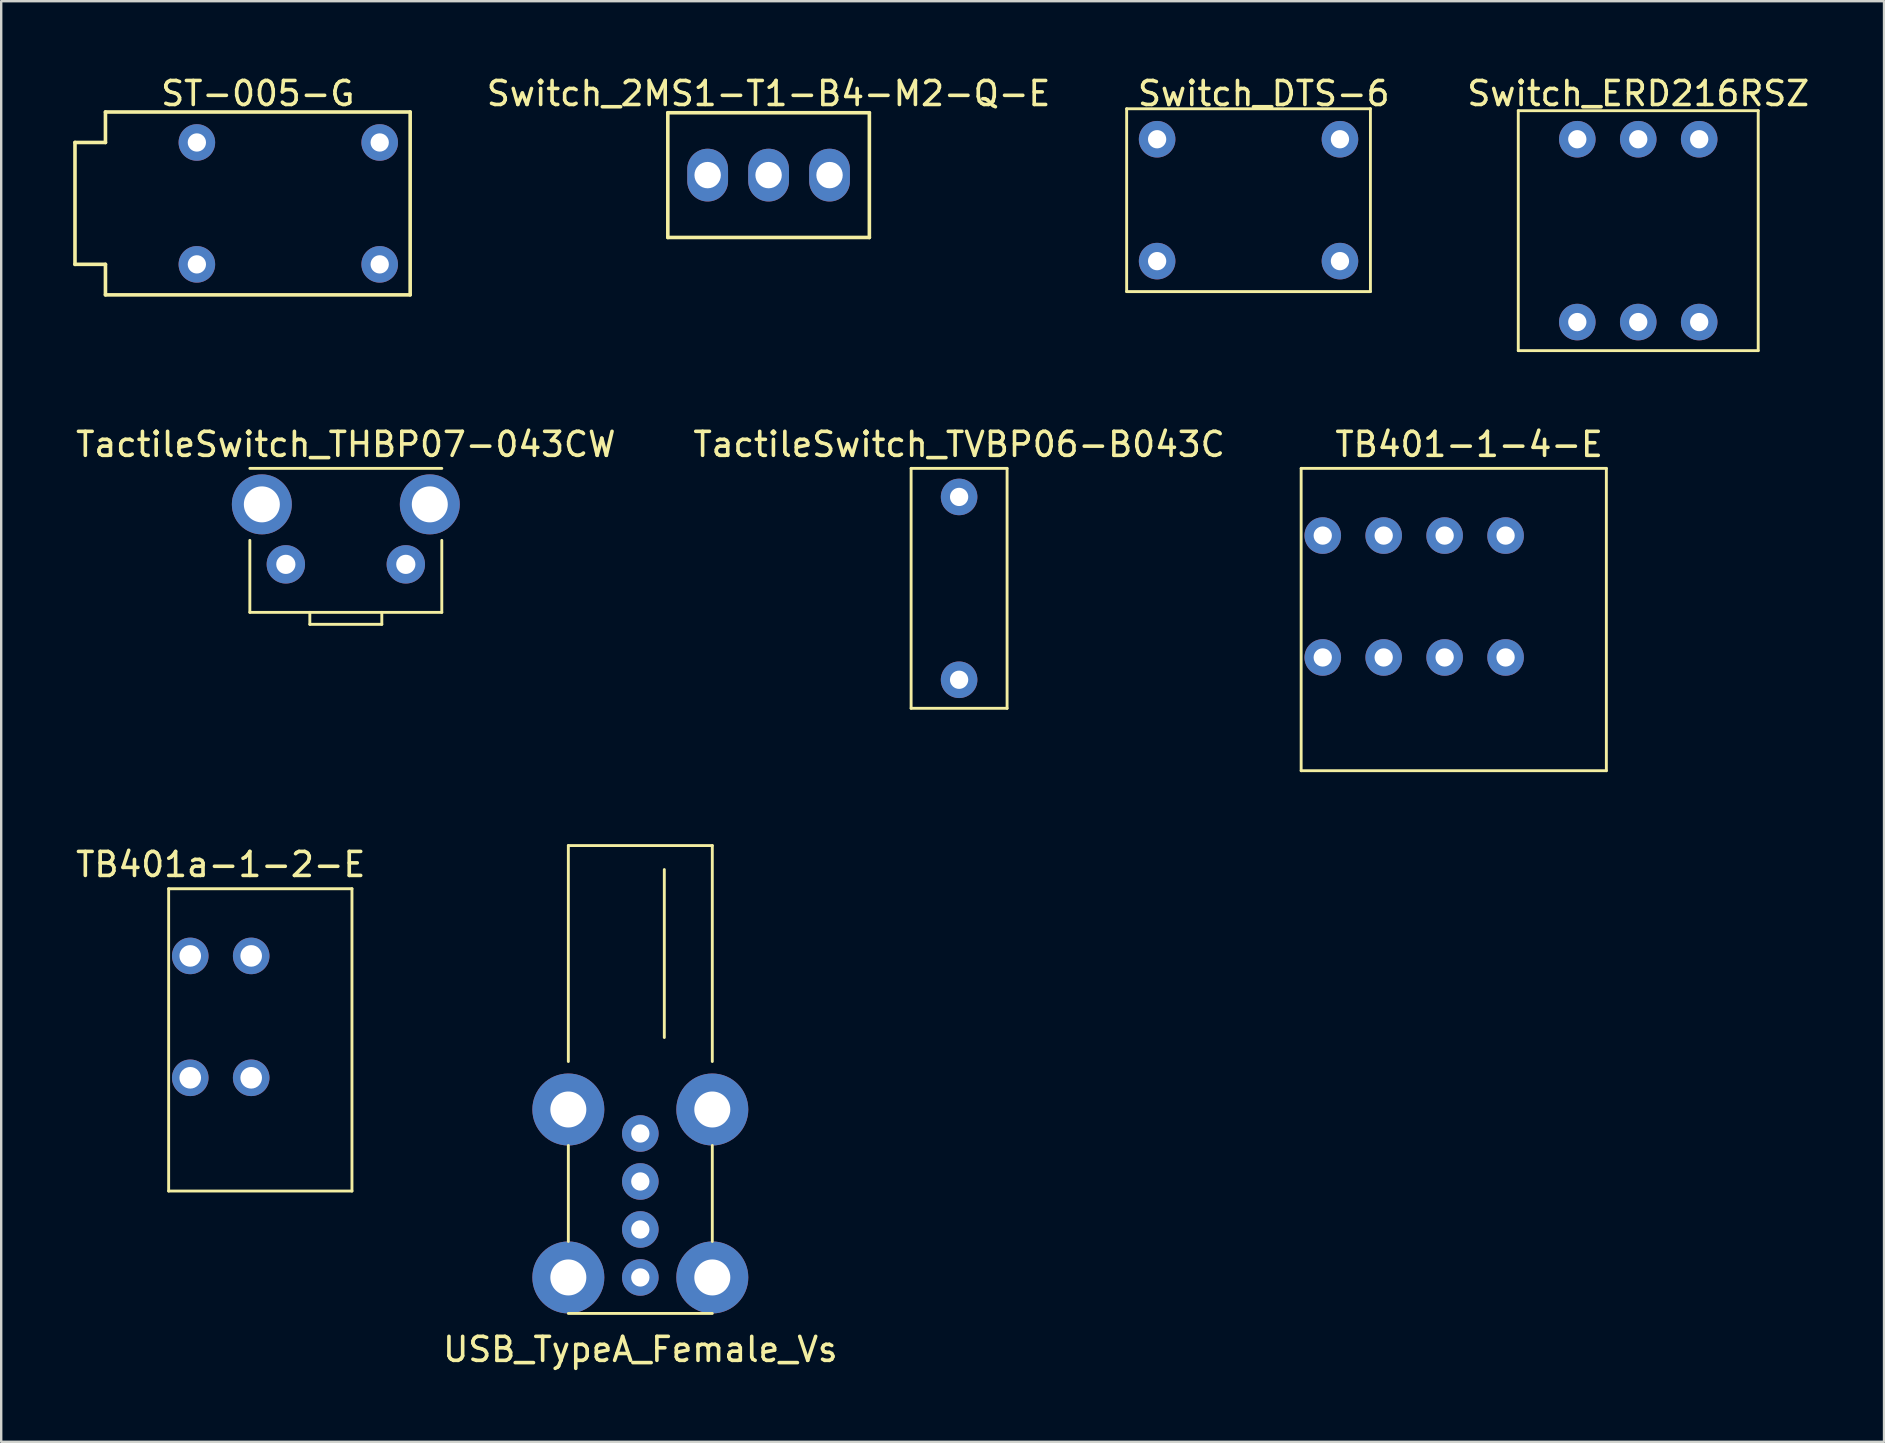
<source format=kicad_pcb>
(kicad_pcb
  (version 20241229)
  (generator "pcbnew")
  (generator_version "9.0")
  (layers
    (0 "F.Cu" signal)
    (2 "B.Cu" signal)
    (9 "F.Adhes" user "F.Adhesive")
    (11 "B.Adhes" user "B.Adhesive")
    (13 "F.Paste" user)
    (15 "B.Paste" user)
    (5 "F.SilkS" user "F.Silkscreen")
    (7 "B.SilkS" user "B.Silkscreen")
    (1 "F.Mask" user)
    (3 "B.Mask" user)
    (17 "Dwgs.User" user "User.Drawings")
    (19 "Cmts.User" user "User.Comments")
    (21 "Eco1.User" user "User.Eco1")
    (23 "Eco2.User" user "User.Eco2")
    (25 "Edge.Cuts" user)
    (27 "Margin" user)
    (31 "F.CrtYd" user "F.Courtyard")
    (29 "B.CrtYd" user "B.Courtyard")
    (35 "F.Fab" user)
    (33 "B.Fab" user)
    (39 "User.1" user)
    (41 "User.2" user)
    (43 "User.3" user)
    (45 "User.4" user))
  (footprint "Switch_DTS-6"
    (layer "F.Cu")
    (at 45.176 2.753)
    (property "Reference" "Switch_DTS-6" (at 4.445 -1.905 0) (layer "F.SilkS") (effects (font (size 1 1) (thickness 0.15))))
    (attr through_hole)
    (fp_line (start -1.27 -1.27) (end -1.27 6.35) (stroke (width 0.12) (type solid)) (layer "F.SilkS"))
    (fp_line (start -1.27 6.35) (end 8.89 6.35) (stroke (width 0.12) (type solid)) (layer "F.SilkS"))
    (fp_line (start 8.89 -1.27) (end -1.27 -1.27) (stroke (width 0.12) (type solid)) (layer "F.SilkS"))
    (fp_line (start 8.89 6.35) (end 8.89 -1.27) (stroke (width 0.12) (type solid)) (layer "F.SilkS"))
    (pad "1" thru_hole circle (at 0 0) (size 1.524 1.524) (drill 0.762) (layers "*.Cu" "*.Mask"))
    (pad "2" thru_hole circle (at 0 5.08) (size 1.524 1.524) (drill 0.762) (layers "*.Cu" "*.Mask"))
    (pad "3" thru_hole circle (at 7.62 0) (size 1.524 1.524) (drill 0.762) (layers "*.Cu" "*.Mask"))
    (pad "4" thru_hole circle (at 7.62 5.08) (size 1.524 1.524) (drill 0.762) (layers "*.Cu" "*.Mask")))
  (footprint "TB401-1-4-E"
    (layer "F.Cu")
    (at 52.079 19.271)
    (property "Reference" "TB401-1-4-E" (at 6.1 -3.8 0) (layer "F.SilkS") (effects (font (size 1 1) (thickness 0.15))))
    (attr through_hole)
    (fp_line (start -0.9 -2.8) (end -0.9 9.8) (stroke (width 0.12) (type solid)) (layer "F.SilkS"))
    (fp_line (start -0.9 -2.8) (end 11.82 -2.8) (stroke (width 0.12) (type solid)) (layer "F.SilkS"))
    (fp_line (start -0.9 9.8) (end 11.82 9.8) (stroke (width 0.12) (type solid)) (layer "F.SilkS"))
    (fp_line (start 11.82 -2.8) (end 11.82 9.8) (stroke (width 0.12) (type solid)) (layer "F.SilkS"))
    (pad "1" thru_hole circle (at 0 5.08) (size 1.524 1.524) (drill 0.762) (layers "*.Cu" "*.Mask"))
    (pad "2" thru_hole circle (at 0 0) (size 1.524 1.524) (drill 0.762) (layers "*.Cu" "*.Mask"))
    (pad "3" thru_hole circle (at 2.54 5.08) (size 1.524 1.524) (drill 0.762) (layers "*.Cu" "*.Mask"))
    (pad "4" thru_hole circle (at 2.54 0) (size 1.524 1.524) (drill 0.762) (layers "*.Cu" "*.Mask"))
    (pad "5" thru_hole circle (at 5.08 5.08) (size 1.524 1.524) (drill 0.762) (layers "*.Cu" "*.Mask"))
    (pad "6" thru_hole circle (at 5.08 0) (size 1.524 1.524) (drill 0.762) (layers "*.Cu" "*.Mask"))
    (pad "7" thru_hole circle (at 7.62 5.08) (size 1.524 1.524) (drill 0.762) (layers "*.Cu" "*.Mask"))
    (pad "8" thru_hole circle (at 7.62 0) (size 1.524 1.524) (drill 0.762) (layers "*.Cu" "*.Mask")))
  (footprint "Switch_ERD216RSZ"
    (layer "F.Cu")
    (at 65.228 6.563)
    (property "Reference" "Switch_ERD216RSZ" (at 0 -5.715 0) (layer "F.SilkS") (effects (font (size 1 1) (thickness 0.15))))
    (attr through_hole)
    (fp_line (start -5 -5) (end -5 5) (stroke (width 0.12) (type solid)) (layer "F.SilkS"))
    (fp_line (start -5 5) (end 5 5) (stroke (width 0.12) (type solid)) (layer "F.SilkS"))
    (fp_line (start 5 -5) (end -5 -5) (stroke (width 0.12) (type solid)) (layer "F.SilkS"))
    (fp_line (start 5 5) (end 5 -5) (stroke (width 0.12) (type solid)) (layer "F.SilkS"))
    (pad "1" thru_hole circle (at 2.54 -3.81) (size 1.524 1.524) (drill 0.762) (layers "*.Cu" "*.Mask"))
    (pad "2" thru_hole circle (at -2.54 3.81) (size 1.524 1.524) (drill 0.762) (layers "*.Cu" "*.Mask"))
    (pad "4" thru_hole circle (at -2.54 -3.81) (size 1.524 1.524) (drill 0.762) (layers "*.Cu" "*.Mask"))
    (pad "8" thru_hole circle (at 2.54 3.81) (size 1.524 1.524) (drill 0.762) (layers "*.Cu" "*.Mask"))
    (pad "C" thru_hole circle (at 0 -3.81) (size 1.524 1.524) (drill 0.762) (layers "*.Cu" "*.Mask"))
    (pad "C" thru_hole circle (at 0 3.81) (size 1.524 1.524) (drill 0.762) (layers "*.Cu" "*.Mask")))
  (footprint "TactileSwitch_TVBP06-B043C"
    (layer "F.Cu")
    (at 36.923 20.201)
    (property "Reference" "TactileSwitch_TVBP06-B043C" (at 0 -4.73 0) (layer "F.SilkS") (effects (font (size 1 1) (thickness 0.15))))
    (attr through_hole)
    (fp_line (start -2 -3.73) (end 2 -3.73) (stroke (width 0.12) (type solid)) (layer "F.SilkS"))
    (fp_line (start -2 6.27) (end -2 -3.73) (stroke (width 0.12) (type solid)) (layer "F.SilkS"))
    (fp_line (start -2 6.27) (end 2 6.27) (stroke (width 0.12) (type solid)) (layer "F.SilkS"))
    (fp_line (start 2 6.27) (end 2 -3.73) (stroke (width 0.12) (type solid)) (layer "F.SilkS"))
    (pad "1" thru_hole circle (at 0 -2.54) (size 1.524 1.524) (drill 0.762) (layers "*.Cu" "*.Mask"))
    (pad "2" thru_hole circle (at 0 5.08) (size 1.524 1.524) (drill 0.762) (layers "*.Cu" "*.Mask")))
  (footprint "Switch_2MS1-T1-B4-M2-Q-E"
    (layer "F.Cu")
    (at 28.983 4.248)
    (property "Reference" "Switch_2MS1-T1-B4-M2-Q-E" (at 0 -3.4 0) (layer "F.SilkS") (effects (font (size 1 1) (thickness 0.15))))
    (attr through_hole)
    (fp_line (start -4.2 -2.6) (end 4.2 -2.6) (stroke (width 0.15) (type solid)) (layer "F.SilkS"))
    (fp_line (start -4.2 2.6) (end -4.2 -2.6) (stroke (width 0.15) (type solid)) (layer "F.SilkS"))
    (fp_line (start -4.2 2.6) (end 4.2 2.6) (stroke (width 0.15) (type solid)) (layer "F.SilkS"))
    (fp_line (start 4.2 2.6) (end 4.2 -2.6) (stroke (width 0.15) (type solid)) (layer "F.SilkS"))
    (pad "1" thru_hole oval (at -2.54 0) (size 1.7 2.2) (drill 1.1) (layers "*.Cu" "*.Mask"))
    (pad "2" thru_hole oval (at 0 0) (size 1.7 2.2) (drill 1.1) (layers "*.Cu" "*.Mask"))
    (pad "3" thru_hole oval (at 2.54 0) (size 1.7 2.2) (drill 1.1) (layers "*.Cu" "*.Mask")))
  (footprint "ST-005-G"
    (layer "F.Cu")
    (at 7.695 5.428)
    (property "Reference" "ST-005-G" (at 0 -4.58 0) (layer "F.SilkS") (effects (font (size 1 1) (thickness 0.15))))
    (attr through_hole)
    (fp_line (start -7.62 -2.54) (end -6.35 -2.54) (stroke (width 0.15) (type solid)) (layer "F.SilkS"))
    (fp_line (start -7.62 2.54) (end -7.62 -2.54) (stroke (width 0.15) (type solid)) (layer "F.SilkS"))
    (fp_line (start -6.35 -3.81) (end 6.35 -3.81) (stroke (width 0.15) (type solid)) (layer "F.SilkS"))
    (fp_line (start -6.35 -2.54) (end -6.35 -3.81) (stroke (width 0.15) (type solid)) (layer "F.SilkS"))
    (fp_line (start -6.35 2.54) (end -7.62 2.54) (stroke (width 0.15) (type solid)) (layer "F.SilkS"))
    (fp_line (start -6.35 3.81) (end -6.35 2.54) (stroke (width 0.15) (type solid)) (layer "F.SilkS"))
    (fp_line (start 6.35 -3.81) (end 6.35 3.81) (stroke (width 0.15) (type solid)) (layer "F.SilkS"))
    (fp_line (start 6.35 3.81) (end -6.35 3.81) (stroke (width 0.15) (type solid)) (layer "F.SilkS"))
    (pad "2" thru_hole circle (at 5.08 -2.54) (size 1.524 1.524) (drill 0.762) (layers "*.Cu" "*.Mask"))
    (pad "3" thru_hole circle (at 5.08 2.54) (size 1.524 1.524) (drill 0.762) (layers "*.Cu" "*.Mask"))
    (pad "4" thru_hole circle (at -2.54 -2.54) (size 1.524 1.524) (drill 0.762) (layers "*.Cu" "*.Mask"))
    (pad "4" thru_hole circle (at -2.54 2.54) (size 1.524 1.524) (drill 0.762) (layers "*.Cu" "*.Mask")))
  (footprint "TactileSwitch_THBP07-043CW"
    (layer "F.Cu")
    (at 11.363 20.471)
    (property "Reference" "TactileSwitch_THBP07-043CW" (at 0 -5 0) (layer "F.SilkS") (effects (font (size 1 1) (thickness 0.15))))
    (attr through_hole)
    (fp_line (start -4 -4) (end 4 -4) (stroke (width 0.12) (type solid)) (layer "F.SilkS"))
    (fp_line (start -4 2) (end -4 -1) (stroke (width 0.12) (type solid)) (layer "F.SilkS"))
    (fp_line (start -4 2) (end 4 2) (stroke (width 0.12) (type solid)) (layer "F.SilkS"))
    (fp_line (start -1.5 2.5) (end -1.5 2) (stroke (width 0.12) (type solid)) (layer "F.SilkS"))
    (fp_line (start -1.5 2.5) (end 1.5 2.5) (stroke (width 0.12) (type solid)) (layer "F.SilkS"))
    (fp_line (start 1.5 2) (end 1.5 2.5) (stroke (width 0.12) (type solid)) (layer "F.SilkS"))
    (fp_line (start 4 2) (end 4 -1) (stroke (width 0.12) (type solid)) (layer "F.SilkS"))
    (pad "" thru_hole circle (at -3.5 -2.5) (size 2.5 2.5) (drill 1.5) (layers "*.Cu" "*.Mask"))
    (pad "" thru_hole circle (at 3.5 -2.5) (size 2.5 2.5) (drill 1.5) (layers "*.Cu" "*.Mask"))
    (pad "1" thru_hole circle (at -2.5 0) (size 1.6 1.6) (drill 0.8) (layers "*.Cu" "*.Mask"))
    (pad "2" thru_hole circle (at 2.5 0) (size 1.6 1.6) (drill 0.8) (layers "*.Cu" "*.Mask")))
  (footprint "USB_TypeA_Female_Vs"
    (layer "F.Cu")
    (at 23.637 44.191)
    (property "Reference" "USB_TypeA_Female_Vs" (at 0 9 0) (layer "F.SilkS") (effects (font (size 1 1) (thickness 0.15))))
    (attr through_hole)
    (fp_line (start -3 -12) (end -3 -3) (stroke (width 0.12) (type solid)) (layer "F.SilkS"))
    (fp_line (start -3 -12) (end 3 -12) (stroke (width 0.12) (type solid)) (layer "F.SilkS"))
    (fp_line (start -3 0.5) (end -3 4.5) (stroke (width 0.12) (type solid)) (layer "F.SilkS"))
    (fp_line (start -3 7.5) (end 3 7.5) (stroke (width 0.12) (type solid)) (layer "F.SilkS"))
    (fp_line (start 1 -11) (end 1 -4) (stroke (width 0.12) (type solid)) (layer "F.SilkS"))
    (fp_line (start 3 -12) (end 3 -3) (stroke (width 0.12) (type solid)) (layer "F.SilkS"))
    (fp_line (start 3 0.5) (end 3 4.5) (stroke (width 0.12) (type solid)) (layer "F.SilkS"))
    (pad "1" thru_hole circle (at 0 0) (size 1.524 1.524) (drill 0.762) (layers "*.Cu" "*.Mask"))
    (pad "2" thru_hole circle (at 0 2) (size 1.524 1.524) (drill 0.762) (layers "*.Cu" "*.Mask"))
    (pad "3" thru_hole circle (at 0 4) (size 1.524 1.524) (drill 0.762) (layers "*.Cu" "*.Mask"))
    (pad "4" thru_hole circle (at 0 6) (size 1.524 1.524) (drill 0.762) (layers "*.Cu" "*.Mask"))
    (pad "5" thru_hole circle (at -3 -1) (size 3 3) (drill 1.5) (layers "*.Cu" "*.Mask"))
    (pad "5" thru_hole circle (at -3 6) (size 3 3) (drill 1.5) (layers "*.Cu" "*.Mask"))
    (pad "5" thru_hole circle (at 3 -1) (size 3 3) (drill 1.5) (layers "*.Cu" "*.Mask"))
    (pad "5" thru_hole circle (at 3 6) (size 3 3) (drill 1.5) (layers "*.Cu" "*.Mask")))
  (footprint "TB401a-1-2-E"
    (layer "F.Cu")
    (at 4.879 36.79)
    (property "Reference" "TB401a-1-2-E" (at 1.27 -3.81 0) (layer "F.SilkS") (effects (font (size 1 1) (thickness 0.15))))
    (attr through_hole)
    (fp_line (start -0.9 -2.8) (end -0.9 9.8) (stroke (width 0.12) (type solid)) (layer "F.SilkS"))
    (fp_line (start -0.9 -2.8) (end 6.74 -2.8) (stroke (width 0.12) (type solid)) (layer "F.SilkS"))
    (fp_line (start -0.9 9.8) (end 6.74 9.8) (stroke (width 0.12) (type solid)) (layer "F.SilkS"))
    (fp_line (start 6.74 -2.8) (end 6.74 9.8) (stroke (width 0.12) (type solid)) (layer "F.SilkS"))
    (pad "1" thru_hole circle (at 0 5.08) (size 1.524 1.524) (drill 0.9) (layers "*.Cu" "*.Mask"))
    (pad "2" thru_hole circle (at 0 0) (size 1.524 1.524) (drill 0.9) (layers "*.Cu" "*.Mask"))
    (pad "3" thru_hole circle (at 2.54 5.08) (size 1.524 1.524) (drill 0.9) (layers "*.Cu" "*.Mask"))
    (pad "4" thru_hole circle (at 2.54 0) (size 1.524 1.524) (drill 0.9) (layers "*.Cu" "*.Mask")))
  (gr_rect
    (start -3 -3)
    (end 75.472 57.04)
    (stroke (width 0.1) (type default))
    (fill no)
    (layer "Edge.Cuts")))
</source>
